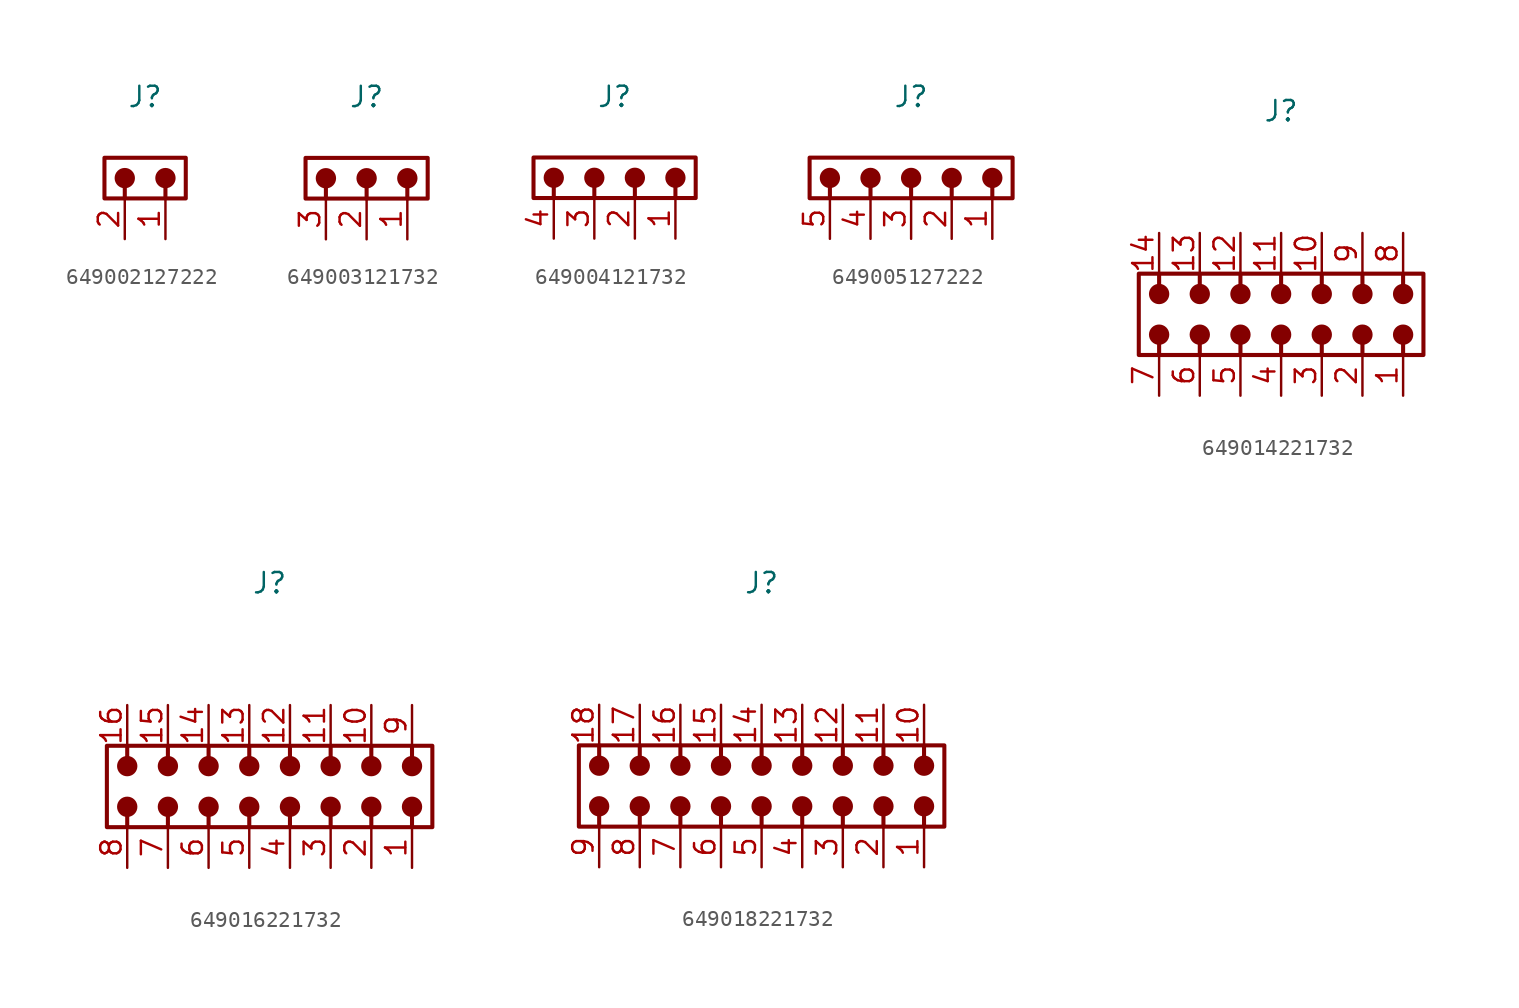
<source format=kicad_sym>
(kicad_symbol_lib
  (version 20241209)
  (generator "kicad_symbol_editor")
  (generator_version "9.0")
  (symbol "649002127222"
    (pin_names
      (hide yes))
    (property "Reference" "J"
      (at 0 5.08 0)
      (effects (font (size 1.27 1.27))))
    (symbol "649002127222_1_1"
      (rectangle (start -2.54 1.27) (end 2.54 -1.27) (stroke (width 0.254) (type solid)) (fill (type none)))
      (circle (center -1.27 0) (radius 0.508) (stroke (width 0.254) (type solid)) (fill (type outline)))
      (polyline (pts (xy -1.27 -0.508) (xy -1.27 -1.27)) (stroke (width 0.254) (type solid)) (fill (type none)))
      (circle (center 1.27 0) (radius 0.508) (stroke (width 0.254) (type solid)) (fill (type outline)))
      (polyline (pts (xy 1.27 -0.508) (xy 1.27 -1.27)) (stroke (width 0.254) (type solid)) (fill (type none)))
      (pin passive line (at -1.27 -3.81 90) (length 2.54) (name "2" (effects (font (size 1.27 1.27)))) (number "2" (effects (font (size 1.27 1.27)))))
      (pin passive line (at 1.27 -3.81 90) (length 2.54) (name "1" (effects (font (size 1.27 1.27)))) (number "1" (effects (font (size 1.27 1.27)))))))
  (symbol "649003121732"
    (pin_names
      (hide yes))
    (property "Reference" "J"
      (at 0 5.08 0)
      (effects (font (size 1.27 1.27))))
    (symbol "649003121732_1_1"
      (rectangle (start -3.81 1.27) (end 3.81 -1.27) (stroke (width 0.254) (type solid)) (fill (type none)))
      (circle (center -2.54 0) (radius 0.508) (stroke (width 0.254) (type solid)) (fill (type outline)))
      (polyline (pts (xy -2.54 -0.508) (xy -2.54 -1.27)) (stroke (width 0.254) (type solid)) (fill (type none)))
      (circle (center 0 0) (radius 0.508) (stroke (width 0.254) (type solid)) (fill (type outline)))
      (polyline (pts (xy 0 -0.508) (xy 0 -1.27)) (stroke (width 0.254) (type solid)) (fill (type none)))
      (circle (center 2.54 0) (radius 0.508) (stroke (width 0.254) (type solid)) (fill (type outline)))
      (polyline (pts (xy 2.54 -0.508) (xy 2.54 -1.27)) (stroke (width 0.254) (type solid)) (fill (type none)))
      (pin passive line (at -2.54 -3.81 90) (length 2.54) (name "3" (effects (font (size 1.27 1.27)))) (number "3" (effects (font (size 1.27 1.27)))))
      (pin passive line (at 0 -3.81 90) (length 2.54) (name "2" (effects (font (size 1.27 1.27)))) (number "2" (effects (font (size 1.27 1.27)))))
      (pin passive line (at 2.54 -3.81 90) (length 2.54) (name "1" (effects (font (size 1.27 1.27)))) (number "1" (effects (font (size 1.27 1.27)))))))
  (symbol "649004121732"
    (pin_names
      (hide yes))
    (property "Reference" "J"
      (at 0 5.08 0)
      (effects (font (size 1.27 1.27))))
    (symbol "649004121732_1_1"
      (rectangle (start -5.08 1.27) (end 5.08 -1.27) (stroke (width 0.254) (type solid)) (fill (type none)))
      (circle (center -3.81 0) (radius 0.508) (stroke (width 0.254) (type solid)) (fill (type outline)))
      (polyline (pts (xy -3.81 -0.508) (xy -3.81 -1.27)) (stroke (width 0.254) (type solid)) (fill (type none)))
      (circle (center -1.27 0) (radius 0.508) (stroke (width 0.254) (type solid)) (fill (type outline)))
      (polyline (pts (xy -1.27 -0.508) (xy -1.27 -1.27)) (stroke (width 0.254) (type solid)) (fill (type none)))
      (circle (center 1.27 0) (radius 0.508) (stroke (width 0.254) (type solid)) (fill (type outline)))
      (polyline (pts (xy 1.27 -0.508) (xy 1.27 -1.27)) (stroke (width 0.254) (type solid)) (fill (type none)))
      (circle (center 3.81 0) (radius 0.508) (stroke (width 0.254) (type solid)) (fill (type outline)))
      (polyline (pts (xy 3.81 -0.508) (xy 3.81 -1.27)) (stroke (width 0.254) (type solid)) (fill (type none)))
      (pin passive line (at -3.81 -3.81 90) (length 2.54) (name "4" (effects (font (size 1.27 1.27)))) (number "4" (effects (font (size 1.27 1.27)))))
      (pin passive line (at -1.27 -3.81 90) (length 2.54) (name "3" (effects (font (size 1.27 1.27)))) (number "3" (effects (font (size 1.27 1.27)))))
      (pin passive line (at 1.27 -3.81 90) (length 2.54) (name "2" (effects (font (size 1.27 1.27)))) (number "2" (effects (font (size 1.27 1.27)))))
      (pin passive line (at 3.81 -3.81 90) (length 2.54) (name "1" (effects (font (size 1.27 1.27)))) (number "1" (effects (font (size 1.27 1.27)))))))
  (symbol "649005127222"
    (pin_names
      (hide yes))
    (property "Reference" "J"
      (at 0 5.08 0)
      (effects (font (size 1.27 1.27))))
    (symbol "649005127222_1_1"
      (rectangle (start -6.35 1.27) (end 6.35 -1.27) (stroke (width 0.254) (type solid)) (fill (type none)))
      (circle (center -5.08 0) (radius 0.508) (stroke (width 0.254) (type solid)) (fill (type outline)))
      (polyline (pts (xy -5.08 -0.508) (xy -5.08 -1.27)) (stroke (width 0.254) (type solid)) (fill (type none)))
      (circle (center -2.54 0) (radius 0.508) (stroke (width 0.254) (type solid)) (fill (type outline)))
      (polyline (pts (xy -2.54 -0.508) (xy -2.54 -1.27)) (stroke (width 0.254) (type solid)) (fill (type none)))
      (circle (center 0 0) (radius 0.508) (stroke (width 0.254) (type solid)) (fill (type outline)))
      (polyline (pts (xy 0 -0.508) (xy 0 -1.27)) (stroke (width 0.254) (type solid)) (fill (type none)))
      (circle (center 2.54 0) (radius 0.508) (stroke (width 0.254) (type solid)) (fill (type outline)))
      (polyline (pts (xy 2.54 -0.508) (xy 2.54 -1.27)) (stroke (width 0.254) (type solid)) (fill (type none)))
      (circle (center 5.08 0) (radius 0.508) (stroke (width 0.254) (type solid)) (fill (type outline)))
      (polyline (pts (xy 5.08 -0.508) (xy 5.08 -1.27)) (stroke (width 0.254) (type solid)) (fill (type none)))
      (pin passive line (at -5.08 -3.81 90) (length 2.54) (name "5" (effects (font (size 1.27 1.27)))) (number "5" (effects (font (size 1.27 1.27)))))
      (pin passive line (at -2.54 -3.81 90) (length 2.54) (name "4" (effects (font (size 1.27 1.27)))) (number "4" (effects (font (size 1.27 1.27)))))
      (pin passive line (at 0 -3.81 90) (length 2.54) (name "3" (effects (font (size 1.27 1.27)))) (number "3" (effects (font (size 1.27 1.27)))))
      (pin passive line (at 2.54 -3.81 90) (length 2.54) (name "2" (effects (font (size 1.27 1.27)))) (number "2" (effects (font (size 1.27 1.27)))))
      (pin passive line (at 5.08 -3.81 90) (length 2.54) (name "1" (effects (font (size 1.27 1.27)))) (number "1" (effects (font (size 1.27 1.27)))))))
  (symbol "649014221732"
    (pin_names
      (hide yes))
    (property "Reference" "J"
      (at 0 12.7 0)
      (effects (font (size 1.27 1.27))))
    (symbol "649014221732_1_1"
      (rectangle (start -8.89 2.54) (end 8.89 -2.54) (stroke (width 0.254) (type solid)) (fill (type none)))
      (polyline (pts (xy -7.62 1.778) (xy -7.62 2.54)) (stroke (width 0.254) (type solid)) (fill (type none)))
      (circle (center -7.62 1.27) (radius 0.508) (stroke (width 0.254) (type solid)) (fill (type outline)))
      (circle (center -7.62 -1.27) (radius 0.508) (stroke (width 0.254) (type solid)) (fill (type outline)))
      (polyline (pts (xy -7.62 -1.778) (xy -7.62 -2.54)) (stroke (width 0.254) (type solid)) (fill (type none)))
      (polyline (pts (xy -5.08 1.778) (xy -5.08 2.54)) (stroke (width 0.254) (type solid)) (fill (type none)))
      (circle (center -5.08 1.27) (radius 0.508) (stroke (width 0.254) (type solid)) (fill (type outline)))
      (circle (center -5.08 -1.27) (radius 0.508) (stroke (width 0.254) (type solid)) (fill (type outline)))
      (polyline (pts (xy -5.08 -1.778) (xy -5.08 -2.54)) (stroke (width 0.254) (type solid)) (fill (type none)))
      (polyline (pts (xy -2.54 1.778) (xy -2.54 2.54)) (stroke (width 0.254) (type solid)) (fill (type none)))
      (circle (center -2.54 1.27) (radius 0.508) (stroke (width 0.254) (type solid)) (fill (type outline)))
      (circle (center -2.54 -1.27) (radius 0.508) (stroke (width 0.254) (type solid)) (fill (type outline)))
      (polyline (pts (xy -2.54 -1.778) (xy -2.54 -2.54)) (stroke (width 0.254) (type solid)) (fill (type none)))
      (polyline (pts (xy 0 1.778) (xy 0 2.54)) (stroke (width 0.254) (type solid)) (fill (type none)))
      (circle (center 0 1.27) (radius 0.508) (stroke (width 0.254) (type solid)) (fill (type outline)))
      (circle (center 0 -1.27) (radius 0.508) (stroke (width 0.254) (type solid)) (fill (type outline)))
      (polyline (pts (xy 0 -1.778) (xy 0 -2.54)) (stroke (width 0.254) (type solid)) (fill (type none)))
      (polyline (pts (xy 2.54 1.778) (xy 2.54 2.54)) (stroke (width 0.254) (type solid)) (fill (type none)))
      (circle (center 2.54 1.27) (radius 0.508) (stroke (width 0.254) (type solid)) (fill (type outline)))
      (circle (center 2.54 -1.27) (radius 0.508) (stroke (width 0.254) (type solid)) (fill (type outline)))
      (polyline (pts (xy 2.54 -1.778) (xy 2.54 -2.54)) (stroke (width 0.254) (type solid)) (fill (type none)))
      (polyline (pts (xy 5.08 1.778) (xy 5.08 2.54)) (stroke (width 0.254) (type solid)) (fill (type none)))
      (circle (center 5.08 1.27) (radius 0.508) (stroke (width 0.254) (type solid)) (fill (type outline)))
      (circle (center 5.08 -1.27) (radius 0.508) (stroke (width 0.254) (type solid)) (fill (type outline)))
      (polyline (pts (xy 5.08 -1.778) (xy 5.08 -2.54)) (stroke (width 0.254) (type solid)) (fill (type none)))
      (polyline (pts (xy 7.62 1.778) (xy 7.62 2.54)) (stroke (width 0.254) (type solid)) (fill (type none)))
      (circle (center 7.62 1.27) (radius 0.508) (stroke (width 0.254) (type solid)) (fill (type outline)))
      (circle (center 7.62 -1.27) (radius 0.508) (stroke (width 0.254) (type solid)) (fill (type outline)))
      (polyline (pts (xy 7.62 -1.778) (xy 7.62 -2.54)) (stroke (width 0.254) (type solid)) (fill (type none)))
      (pin passive line (at -7.62 5.08 270) (length 2.54) (name "14" (effects (font (size 1.27 1.27)))) (number "14" (effects (font (size 1.27 1.27)))))
      (pin passive line (at -7.62 -5.08 90) (length 2.54) (name "7" (effects (font (size 1.27 1.27)))) (number "7" (effects (font (size 1.27 1.27)))))
      (pin passive line (at -5.08 5.08 270) (length 2.54) (name "13" (effects (font (size 1.27 1.27)))) (number "13" (effects (font (size 1.27 1.27)))))
      (pin passive line (at -5.08 -5.08 90) (length 2.54) (name "6" (effects (font (size 1.27 1.27)))) (number "6" (effects (font (size 1.27 1.27)))))
      (pin passive line (at -2.54 5.08 270) (length 2.54) (name "12" (effects (font (size 1.27 1.27)))) (number "12" (effects (font (size 1.27 1.27)))))
      (pin passive line (at -2.54 -5.08 90) (length 2.54) (name "5" (effects (font (size 1.27 1.27)))) (number "5" (effects (font (size 1.27 1.27)))))
      (pin passive line (at 0 5.08 270) (length 2.54) (name "11" (effects (font (size 1.27 1.27)))) (number "11" (effects (font (size 1.27 1.27)))))
      (pin passive line (at 0 -5.08 90) (length 2.54) (name "4" (effects (font (size 1.27 1.27)))) (number "4" (effects (font (size 1.27 1.27)))))
      (pin passive line (at 2.54 5.08 270) (length 2.54) (name "10" (effects (font (size 1.27 1.27)))) (number "10" (effects (font (size 1.27 1.27)))))
      (pin passive line (at 2.54 -5.08 90) (length 2.54) (name "3" (effects (font (size 1.27 1.27)))) (number "3" (effects (font (size 1.27 1.27)))))
      (pin passive line (at 5.08 5.08 270) (length 2.54) (name "9" (effects (font (size 1.27 1.27)))) (number "9" (effects (font (size 1.27 1.27)))))
      (pin passive line (at 5.08 -5.08 90) (length 2.54) (name "2" (effects (font (size 1.27 1.27)))) (number "2" (effects (font (size 1.27 1.27)))))
      (pin passive line (at 7.62 5.08 270) (length 2.54) (name "8" (effects (font (size 1.27 1.27)))) (number "8" (effects (font (size 1.27 1.27)))))
      (pin passive line (at 7.62 -5.08 90) (length 2.54) (name "1" (effects (font (size 1.27 1.27)))) (number "1" (effects (font (size 1.27 1.27)))))))
  (symbol "649016221732"
    (pin_names
      (hide yes))
    (property "Reference" "J"
      (at 0 12.7 0)
      (effects (font (size 1.27 1.27))))
    (symbol "649016221732_1_1"
      (rectangle (start -10.16 2.54) (end 10.16 -2.54) (stroke (width 0.254) (type solid)) (fill (type none)))
      (polyline (pts (xy -8.89 1.778) (xy -8.89 2.54)) (stroke (width 0.254) (type solid)) (fill (type none)))
      (circle (center -8.89 1.27) (radius 0.508) (stroke (width 0.254) (type solid)) (fill (type outline)))
      (circle (center -8.89 -1.27) (radius 0.508) (stroke (width 0.254) (type solid)) (fill (type outline)))
      (polyline (pts (xy -8.89 -1.778) (xy -8.89 -2.54)) (stroke (width 0.254) (type solid)) (fill (type none)))
      (polyline (pts (xy -6.35 1.778) (xy -6.35 2.54)) (stroke (width 0.254) (type solid)) (fill (type none)))
      (circle (center -6.35 1.27) (radius 0.508) (stroke (width 0.254) (type solid)) (fill (type outline)))
      (circle (center -6.35 -1.27) (radius 0.508) (stroke (width 0.254) (type solid)) (fill (type outline)))
      (polyline (pts (xy -6.35 -1.778) (xy -6.35 -2.54)) (stroke (width 0.254) (type solid)) (fill (type none)))
      (polyline (pts (xy -3.81 1.778) (xy -3.81 2.54)) (stroke (width 0.254) (type solid)) (fill (type none)))
      (circle (center -3.81 1.27) (radius 0.508) (stroke (width 0.254) (type solid)) (fill (type outline)))
      (circle (center -3.81 -1.27) (radius 0.508) (stroke (width 0.254) (type solid)) (fill (type outline)))
      (polyline (pts (xy -3.81 -1.778) (xy -3.81 -2.54)) (stroke (width 0.254) (type solid)) (fill (type none)))
      (polyline (pts (xy -1.27 1.778) (xy -1.27 2.54)) (stroke (width 0.254) (type solid)) (fill (type none)))
      (circle (center -1.27 1.27) (radius 0.508) (stroke (width 0.254) (type solid)) (fill (type outline)))
      (circle (center -1.27 -1.27) (radius 0.508) (stroke (width 0.254) (type solid)) (fill (type outline)))
      (polyline (pts (xy -1.27 -1.778) (xy -1.27 -2.54)) (stroke (width 0.254) (type solid)) (fill (type none)))
      (polyline (pts (xy 1.27 1.778) (xy 1.27 2.54)) (stroke (width 0.254) (type solid)) (fill (type none)))
      (circle (center 1.27 1.27) (radius 0.508) (stroke (width 0.254) (type solid)) (fill (type outline)))
      (circle (center 1.27 -1.27) (radius 0.508) (stroke (width 0.254) (type solid)) (fill (type outline)))
      (polyline (pts (xy 1.27 -1.778) (xy 1.27 -2.54)) (stroke (width 0.254) (type solid)) (fill (type none)))
      (polyline (pts (xy 3.81 1.778) (xy 3.81 2.54)) (stroke (width 0.254) (type solid)) (fill (type none)))
      (circle (center 3.81 1.27) (radius 0.508) (stroke (width 0.254) (type solid)) (fill (type outline)))
      (circle (center 3.81 -1.27) (radius 0.508) (stroke (width 0.254) (type solid)) (fill (type outline)))
      (polyline (pts (xy 3.81 -1.778) (xy 3.81 -2.54)) (stroke (width 0.254) (type solid)) (fill (type none)))
      (polyline (pts (xy 6.35 1.778) (xy 6.35 2.54)) (stroke (width 0.254) (type solid)) (fill (type none)))
      (circle (center 6.35 1.27) (radius 0.508) (stroke (width 0.254) (type solid)) (fill (type outline)))
      (circle (center 6.35 -1.27) (radius 0.508) (stroke (width 0.254) (type solid)) (fill (type outline)))
      (polyline (pts (xy 6.35 -1.778) (xy 6.35 -2.54)) (stroke (width 0.254) (type solid)) (fill (type none)))
      (polyline (pts (xy 8.89 1.778) (xy 8.89 2.54)) (stroke (width 0.254) (type solid)) (fill (type none)))
      (circle (center 8.89 1.27) (radius 0.508) (stroke (width 0.254) (type solid)) (fill (type outline)))
      (circle (center 8.89 -1.27) (radius 0.508) (stroke (width 0.254) (type solid)) (fill (type outline)))
      (polyline (pts (xy 8.89 -1.778) (xy 8.89 -2.54)) (stroke (width 0.254) (type solid)) (fill (type none)))
      (pin passive line (at -8.89 5.08 270) (length 2.54) (name "16" (effects (font (size 1.27 1.27)))) (number "16" (effects (font (size 1.27 1.27)))))
      (pin passive line (at -8.89 -5.08 90) (length 2.54) (name "8" (effects (font (size 1.27 1.27)))) (number "8" (effects (font (size 1.27 1.27)))))
      (pin passive line (at -6.35 5.08 270) (length 2.54) (name "15" (effects (font (size 1.27 1.27)))) (number "15" (effects (font (size 1.27 1.27)))))
      (pin passive line (at -6.35 -5.08 90) (length 2.54) (name "7" (effects (font (size 1.27 1.27)))) (number "7" (effects (font (size 1.27 1.27)))))
      (pin passive line (at -3.81 5.08 270) (length 2.54) (name "14" (effects (font (size 1.27 1.27)))) (number "14" (effects (font (size 1.27 1.27)))))
      (pin passive line (at -3.81 -5.08 90) (length 2.54) (name "6" (effects (font (size 1.27 1.27)))) (number "6" (effects (font (size 1.27 1.27)))))
      (pin passive line (at -1.27 5.08 270) (length 2.54) (name "13" (effects (font (size 1.27 1.27)))) (number "13" (effects (font (size 1.27 1.27)))))
      (pin passive line (at -1.27 -5.08 90) (length 2.54) (name "5" (effects (font (size 1.27 1.27)))) (number "5" (effects (font (size 1.27 1.27)))))
      (pin passive line (at 1.27 5.08 270) (length 2.54) (name "12" (effects (font (size 1.27 1.27)))) (number "12" (effects (font (size 1.27 1.27)))))
      (pin passive line (at 1.27 -5.08 90) (length 2.54) (name "4" (effects (font (size 1.27 1.27)))) (number "4" (effects (font (size 1.27 1.27)))))
      (pin passive line (at 3.81 5.08 270) (length 2.54) (name "11" (effects (font (size 1.27 1.27)))) (number "11" (effects (font (size 1.27 1.27)))))
      (pin passive line (at 3.81 -5.08 90) (length 2.54) (name "3" (effects (font (size 1.27 1.27)))) (number "3" (effects (font (size 1.27 1.27)))))
      (pin passive line (at 6.35 5.08 270) (length 2.54) (name "10" (effects (font (size 1.27 1.27)))) (number "10" (effects (font (size 1.27 1.27)))))
      (pin passive line (at 6.35 -5.08 90) (length 2.54) (name "2" (effects (font (size 1.27 1.27)))) (number "2" (effects (font (size 1.27 1.27)))))
      (pin passive line (at 8.89 5.08 270) (length 2.54) (name "9" (effects (font (size 1.27 1.27)))) (number "9" (effects (font (size 1.27 1.27)))))
      (pin passive line (at 8.89 -5.08 90) (length 2.54) (name "1" (effects (font (size 1.27 1.27)))) (number "1" (effects (font (size 1.27 1.27)))))))
  (symbol "649018221732"
    (pin_names
      (hide yes))
    (property "Reference" "J"
      (at 0 12.7 0)
      (effects (font (size 1.27 1.27))))
    (symbol "649018221732_1_1"
      (rectangle (start -11.43 2.54) (end 11.43 -2.54) (stroke (width 0.254) (type solid)) (fill (type none)))
      (polyline (pts (xy -10.16 1.778) (xy -10.16 2.54)) (stroke (width 0.254) (type solid)) (fill (type none)))
      (circle (center -10.16 1.27) (radius 0.508) (stroke (width 0.254) (type solid)) (fill (type outline)))
      (circle (center -10.16 -1.27) (radius 0.508) (stroke (width 0.254) (type solid)) (fill (type outline)))
      (polyline (pts (xy -10.16 -1.778) (xy -10.16 -2.54)) (stroke (width 0.254) (type solid)) (fill (type none)))
      (polyline (pts (xy -7.62 1.778) (xy -7.62 2.54)) (stroke (width 0.254) (type solid)) (fill (type none)))
      (circle (center -7.62 1.27) (radius 0.508) (stroke (width 0.254) (type solid)) (fill (type outline)))
      (circle (center -7.62 -1.27) (radius 0.508) (stroke (width 0.254) (type solid)) (fill (type outline)))
      (polyline (pts (xy -7.62 -1.778) (xy -7.62 -2.54)) (stroke (width 0.254) (type solid)) (fill (type none)))
      (polyline (pts (xy -5.08 1.778) (xy -5.08 2.54)) (stroke (width 0.254) (type solid)) (fill (type none)))
      (circle (center -5.08 1.27) (radius 0.508) (stroke (width 0.254) (type solid)) (fill (type outline)))
      (circle (center -5.08 -1.27) (radius 0.508) (stroke (width 0.254) (type solid)) (fill (type outline)))
      (polyline (pts (xy -5.08 -1.778) (xy -5.08 -2.54)) (stroke (width 0.254) (type solid)) (fill (type none)))
      (polyline (pts (xy -2.54 1.778) (xy -2.54 2.54)) (stroke (width 0.254) (type solid)) (fill (type none)))
      (circle (center -2.54 1.27) (radius 0.508) (stroke (width 0.254) (type solid)) (fill (type outline)))
      (circle (center -2.54 -1.27) (radius 0.508) (stroke (width 0.254) (type solid)) (fill (type outline)))
      (polyline (pts (xy -2.54 -1.778) (xy -2.54 -2.54)) (stroke (width 0.254) (type solid)) (fill (type none)))
      (polyline (pts (xy 0 1.778) (xy 0 2.54)) (stroke (width 0.254) (type solid)) (fill (type none)))
      (circle (center 0 1.27) (radius 0.508) (stroke (width 0.254) (type solid)) (fill (type outline)))
      (circle (center 0 -1.27) (radius 0.508) (stroke (width 0.254) (type solid)) (fill (type outline)))
      (polyline (pts (xy 0 -1.778) (xy 0 -2.54)) (stroke (width 0.254) (type solid)) (fill (type none)))
      (polyline (pts (xy 2.54 1.778) (xy 2.54 2.54)) (stroke (width 0.254) (type solid)) (fill (type none)))
      (circle (center 2.54 1.27) (radius 0.508) (stroke (width 0.254) (type solid)) (fill (type outline)))
      (circle (center 2.54 -1.27) (radius 0.508) (stroke (width 0.254) (type solid)) (fill (type outline)))
      (polyline (pts (xy 2.54 -1.778) (xy 2.54 -2.54)) (stroke (width 0.254) (type solid)) (fill (type none)))
      (polyline (pts (xy 5.08 1.778) (xy 5.08 2.54)) (stroke (width 0.254) (type solid)) (fill (type none)))
      (circle (center 5.08 1.27) (radius 0.508) (stroke (width 0.254) (type solid)) (fill (type outline)))
      (circle (center 5.08 -1.27) (radius 0.508) (stroke (width 0.254) (type solid)) (fill (type outline)))
      (polyline (pts (xy 5.08 -1.778) (xy 5.08 -2.54)) (stroke (width 0.254) (type solid)) (fill (type none)))
      (polyline (pts (xy 7.62 1.778) (xy 7.62 2.54)) (stroke (width 0.254) (type solid)) (fill (type none)))
      (circle (center 7.62 1.27) (radius 0.508) (stroke (width 0.254) (type solid)) (fill (type outline)))
      (circle (center 7.62 -1.27) (radius 0.508) (stroke (width 0.254) (type solid)) (fill (type outline)))
      (polyline (pts (xy 7.62 -1.778) (xy 7.62 -2.54)) (stroke (width 0.254) (type solid)) (fill (type none)))
      (polyline (pts (xy 10.16 1.778) (xy 10.16 2.54)) (stroke (width 0.254) (type solid)) (fill (type none)))
      (circle (center 10.16 1.27) (radius 0.508) (stroke (width 0.254) (type solid)) (fill (type outline)))
      (circle (center 10.16 -1.27) (radius 0.508) (stroke (width 0.254) (type solid)) (fill (type outline)))
      (polyline (pts (xy 10.16 -1.778) (xy 10.16 -2.54)) (stroke (width 0.254) (type solid)) (fill (type none)))
      (pin passive line (at -10.16 5.08 270) (length 2.54) (name "18" (effects (font (size 1.27 1.27)))) (number "18" (effects (font (size 1.27 1.27)))))
      (pin passive line (at -10.16 -5.08 90) (length 2.54) (name "9" (effects (font (size 1.27 1.27)))) (number "9" (effects (font (size 1.27 1.27)))))
      (pin passive line (at -7.62 5.08 270) (length 2.54) (name "17" (effects (font (size 1.27 1.27)))) (number "17" (effects (font (size 1.27 1.27)))))
      (pin passive line (at -7.62 -5.08 90) (length 2.54) (name "8" (effects (font (size 1.27 1.27)))) (number "8" (effects (font (size 1.27 1.27)))))
      (pin passive line (at -5.08 5.08 270) (length 2.54) (name "16" (effects (font (size 1.27 1.27)))) (number "16" (effects (font (size 1.27 1.27)))))
      (pin passive line (at -5.08 -5.08 90) (length 2.54) (name "7" (effects (font (size 1.27 1.27)))) (number "7" (effects (font (size 1.27 1.27)))))
      (pin passive line (at -2.54 5.08 270) (length 2.54) (name "15" (effects (font (size 1.27 1.27)))) (number "15" (effects (font (size 1.27 1.27)))))
      (pin passive line (at -2.54 -5.08 90) (length 2.54) (name "6" (effects (font (size 1.27 1.27)))) (number "6" (effects (font (size 1.27 1.27)))))
      (pin passive line (at 0 5.08 270) (length 2.54) (name "14" (effects (font (size 1.27 1.27)))) (number "14" (effects (font (size 1.27 1.27)))))
      (pin passive line (at 0 -5.08 90) (length 2.54) (name "5" (effects (font (size 1.27 1.27)))) (number "5" (effects (font (size 1.27 1.27)))))
      (pin passive line (at 2.54 5.08 270) (length 2.54) (name "13" (effects (font (size 1.27 1.27)))) (number "13" (effects (font (size 1.27 1.27)))))
      (pin passive line (at 2.54 -5.08 90) (length 2.54) (name "4" (effects (font (size 1.27 1.27)))) (number "4" (effects (font (size 1.27 1.27)))))
      (pin passive line (at 5.08 5.08 270) (length 2.54) (name "12" (effects (font (size 1.27 1.27)))) (number "12" (effects (font (size 1.27 1.27)))))
      (pin passive line (at 5.08 -5.08 90) (length 2.54) (name "3" (effects (font (size 1.27 1.27)))) (number "3" (effects (font (size 1.27 1.27)))))
      (pin passive line (at 7.62 5.08 270) (length 2.54) (name "11" (effects (font (size 1.27 1.27)))) (number "11" (effects (font (size 1.27 1.27)))))
      (pin passive line (at 7.62 -5.08 90) (length 2.54) (name "2" (effects (font (size 1.27 1.27)))) (number "2" (effects (font (size 1.27 1.27)))))
      (pin passive line (at 10.16 5.08 270) (length 2.54) (name "10" (effects (font (size 1.27 1.27)))) (number "10" (effects (font (size 1.27 1.27)))))
      (pin passive line (at 10.16 -5.08 90) (length 2.54) (name "1" (effects (font (size 1.27 1.27)))) (number "1" (effects (font (size 1.27 1.27))))))))
</source>
